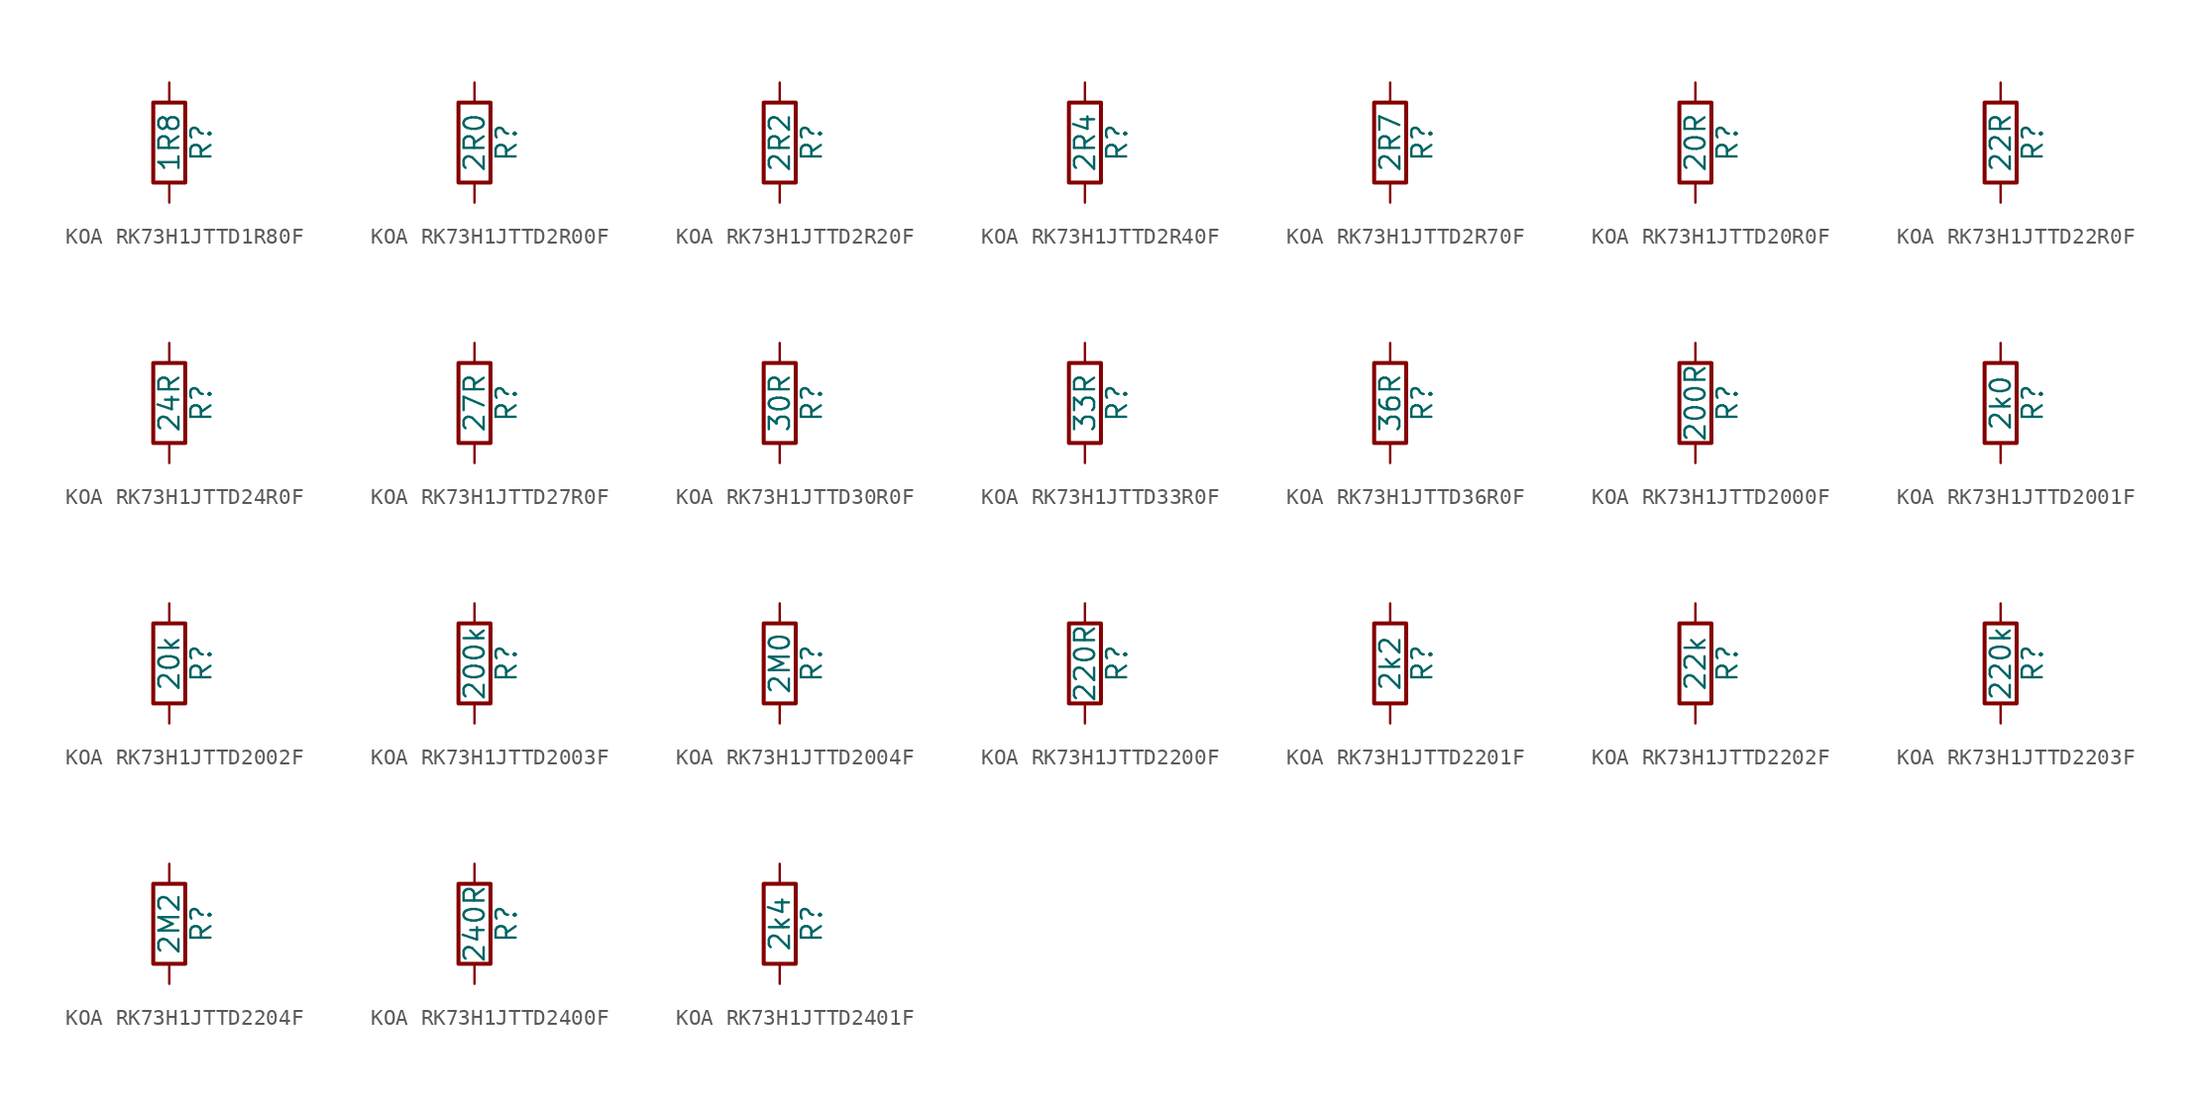
<source format=kicad_sym>
(kicad_symbol_lib
  (version 20220914)
  (generator kicad_symbol_editor)
  (symbol "KOA RK73H1JTTD1R80F"
    (pin_numbers hide)
    (pin_names
      (offset 0))
    (property "Reference" "R"
      (at 2.032 0 90)
      (effects (font (size 1.27 1.27))))
    (property "Value" "1R8"
      (at 0 0 90)
      (effects (font (size 1.27 1.27))))
    (symbol "KOA RK73H1JTTD1R80F_0_1"
      (rectangle (start -1.016 -2.54) (end 1.016 2.54) (stroke (width 0.254) (type default)) (fill (type none))))
    (symbol "KOA RK73H1JTTD1R80F_1_1"
      (pin passive line (at 0 3.81 270) (length 1.27) (name "~" (effects (font (size 1.27 1.27)))) (number "1" (effects (font (size 1.27 1.27)))))
      (pin passive line (at 0 -3.81 90) (length 1.27) (name "~" (effects (font (size 1.27 1.27)))) (number "2" (effects (font (size 1.27 1.27)))))))
  (symbol "KOA RK73H1JTTD2R00F"
    (pin_numbers hide)
    (pin_names
      (offset 0))
    (property "Reference" "R"
      (at 2.032 0 90)
      (effects (font (size 1.27 1.27))))
    (property "Value" "2R0"
      (at 0 0 90)
      (effects (font (size 1.27 1.27))))
    (symbol "KOA RK73H1JTTD2R00F_0_1"
      (rectangle (start -1.016 -2.54) (end 1.016 2.54) (stroke (width 0.254) (type default)) (fill (type none))))
    (symbol "KOA RK73H1JTTD2R00F_1_1"
      (pin passive line (at 0 3.81 270) (length 1.27) (name "~" (effects (font (size 1.27 1.27)))) (number "1" (effects (font (size 1.27 1.27)))))
      (pin passive line (at 0 -3.81 90) (length 1.27) (name "~" (effects (font (size 1.27 1.27)))) (number "2" (effects (font (size 1.27 1.27)))))))
  (symbol "KOA RK73H1JTTD2R20F"
    (pin_numbers hide)
    (pin_names
      (offset 0))
    (property "Reference" "R"
      (at 2.032 0 90)
      (effects (font (size 1.27 1.27))))
    (property "Value" "2R2"
      (at 0 0 90)
      (effects (font (size 1.27 1.27))))
    (symbol "KOA RK73H1JTTD2R20F_0_1"
      (rectangle (start -1.016 -2.54) (end 1.016 2.54) (stroke (width 0.254) (type default)) (fill (type none))))
    (symbol "KOA RK73H1JTTD2R20F_1_1"
      (pin passive line (at 0 3.81 270) (length 1.27) (name "~" (effects (font (size 1.27 1.27)))) (number "1" (effects (font (size 1.27 1.27)))))
      (pin passive line (at 0 -3.81 90) (length 1.27) (name "~" (effects (font (size 1.27 1.27)))) (number "2" (effects (font (size 1.27 1.27)))))))
  (symbol "KOA RK73H1JTTD2R40F"
    (pin_numbers hide)
    (pin_names
      (offset 0))
    (property "Reference" "R"
      (at 2.032 0 90)
      (effects (font (size 1.27 1.27))))
    (property "Value" "2R4"
      (at 0 0 90)
      (effects (font (size 1.27 1.27))))
    (symbol "KOA RK73H1JTTD2R40F_0_1"
      (rectangle (start -1.016 -2.54) (end 1.016 2.54) (stroke (width 0.254) (type default)) (fill (type none))))
    (symbol "KOA RK73H1JTTD2R40F_1_1"
      (pin passive line (at 0 3.81 270) (length 1.27) (name "~" (effects (font (size 1.27 1.27)))) (number "1" (effects (font (size 1.27 1.27)))))
      (pin passive line (at 0 -3.81 90) (length 1.27) (name "~" (effects (font (size 1.27 1.27)))) (number "2" (effects (font (size 1.27 1.27)))))))
  (symbol "KOA RK73H1JTTD2R70F"
    (pin_numbers hide)
    (pin_names
      (offset 0))
    (property "Reference" "R"
      (at 2.032 0 90)
      (effects (font (size 1.27 1.27))))
    (property "Value" "2R7"
      (at 0 0 90)
      (effects (font (size 1.27 1.27))))
    (symbol "KOA RK73H1JTTD2R70F_0_1"
      (rectangle (start -1.016 -2.54) (end 1.016 2.54) (stroke (width 0.254) (type default)) (fill (type none))))
    (symbol "KOA RK73H1JTTD2R70F_1_1"
      (pin passive line (at 0 3.81 270) (length 1.27) (name "~" (effects (font (size 1.27 1.27)))) (number "1" (effects (font (size 1.27 1.27)))))
      (pin passive line (at 0 -3.81 90) (length 1.27) (name "~" (effects (font (size 1.27 1.27)))) (number "2" (effects (font (size 1.27 1.27)))))))
  (symbol "KOA RK73H1JTTD20R0F"
    (pin_numbers hide)
    (pin_names
      (offset 0))
    (property "Reference" "R"
      (at 2.032 0 90)
      (effects (font (size 1.27 1.27))))
    (property "Value" "20R"
      (at 0 0 90)
      (effects (font (size 1.27 1.27))))
    (symbol "KOA RK73H1JTTD20R0F_0_1"
      (rectangle (start -1.016 -2.54) (end 1.016 2.54) (stroke (width 0.254) (type default)) (fill (type none))))
    (symbol "KOA RK73H1JTTD20R0F_1_1"
      (pin passive line (at 0 3.81 270) (length 1.27) (name "~" (effects (font (size 1.27 1.27)))) (number "1" (effects (font (size 1.27 1.27)))))
      (pin passive line (at 0 -3.81 90) (length 1.27) (name "~" (effects (font (size 1.27 1.27)))) (number "2" (effects (font (size 1.27 1.27)))))))
  (symbol "KOA RK73H1JTTD22R0F"
    (pin_numbers hide)
    (pin_names
      (offset 0))
    (property "Reference" "R"
      (at 2.032 0 90)
      (effects (font (size 1.27 1.27))))
    (property "Value" "22R"
      (at 0 0 90)
      (effects (font (size 1.27 1.27))))
    (symbol "KOA RK73H1JTTD22R0F_0_1"
      (rectangle (start -1.016 -2.54) (end 1.016 2.54) (stroke (width 0.254) (type default)) (fill (type none))))
    (symbol "KOA RK73H1JTTD22R0F_1_1"
      (pin passive line (at 0 3.81 270) (length 1.27) (name "~" (effects (font (size 1.27 1.27)))) (number "1" (effects (font (size 1.27 1.27)))))
      (pin passive line (at 0 -3.81 90) (length 1.27) (name "~" (effects (font (size 1.27 1.27)))) (number "2" (effects (font (size 1.27 1.27)))))))
  (symbol "KOA RK73H1JTTD24R0F"
    (pin_numbers hide)
    (pin_names
      (offset 0))
    (property "Reference" "R"
      (at 2.032 0 90)
      (effects (font (size 1.27 1.27))))
    (property "Value" "24R"
      (at 0 0 90)
      (effects (font (size 1.27 1.27))))
    (symbol "KOA RK73H1JTTD24R0F_0_1"
      (rectangle (start -1.016 -2.54) (end 1.016 2.54) (stroke (width 0.254) (type default)) (fill (type none))))
    (symbol "KOA RK73H1JTTD24R0F_1_1"
      (pin passive line (at 0 3.81 270) (length 1.27) (name "~" (effects (font (size 1.27 1.27)))) (number "1" (effects (font (size 1.27 1.27)))))
      (pin passive line (at 0 -3.81 90) (length 1.27) (name "~" (effects (font (size 1.27 1.27)))) (number "2" (effects (font (size 1.27 1.27)))))))
  (symbol "KOA RK73H1JTTD27R0F"
    (pin_numbers hide)
    (pin_names
      (offset 0))
    (property "Reference" "R"
      (at 2.032 0 90)
      (effects (font (size 1.27 1.27))))
    (property "Value" "27R"
      (at 0 0 90)
      (effects (font (size 1.27 1.27))))
    (symbol "KOA RK73H1JTTD27R0F_0_1"
      (rectangle (start -1.016 -2.54) (end 1.016 2.54) (stroke (width 0.254) (type default)) (fill (type none))))
    (symbol "KOA RK73H1JTTD27R0F_1_1"
      (pin passive line (at 0 3.81 270) (length 1.27) (name "~" (effects (font (size 1.27 1.27)))) (number "1" (effects (font (size 1.27 1.27)))))
      (pin passive line (at 0 -3.81 90) (length 1.27) (name "~" (effects (font (size 1.27 1.27)))) (number "2" (effects (font (size 1.27 1.27)))))))
  (symbol "KOA RK73H1JTTD30R0F"
    (pin_numbers hide)
    (pin_names
      (offset 0))
    (property "Reference" "R"
      (at 2.032 0 90)
      (effects (font (size 1.27 1.27))))
    (property "Value" "30R"
      (at 0 0 90)
      (effects (font (size 1.27 1.27))))
    (symbol "KOA RK73H1JTTD30R0F_0_1"
      (rectangle (start -1.016 -2.54) (end 1.016 2.54) (stroke (width 0.254) (type default)) (fill (type none))))
    (symbol "KOA RK73H1JTTD30R0F_1_1"
      (pin passive line (at 0 3.81 270) (length 1.27) (name "~" (effects (font (size 1.27 1.27)))) (number "1" (effects (font (size 1.27 1.27)))))
      (pin passive line (at 0 -3.81 90) (length 1.27) (name "~" (effects (font (size 1.27 1.27)))) (number "2" (effects (font (size 1.27 1.27)))))))
  (symbol "KOA RK73H1JTTD33R0F"
    (pin_numbers hide)
    (pin_names
      (offset 0))
    (property "Reference" "R"
      (at 2.032 0 90)
      (effects (font (size 1.27 1.27))))
    (property "Value" "33R"
      (at 0 0 90)
      (effects (font (size 1.27 1.27))))
    (symbol "KOA RK73H1JTTD33R0F_0_1"
      (rectangle (start -1.016 -2.54) (end 1.016 2.54) (stroke (width 0.254) (type default)) (fill (type none))))
    (symbol "KOA RK73H1JTTD33R0F_1_1"
      (pin passive line (at 0 3.81 270) (length 1.27) (name "~" (effects (font (size 1.27 1.27)))) (number "1" (effects (font (size 1.27 1.27)))))
      (pin passive line (at 0 -3.81 90) (length 1.27) (name "~" (effects (font (size 1.27 1.27)))) (number "2" (effects (font (size 1.27 1.27)))))))
  (symbol "KOA RK73H1JTTD36R0F"
    (pin_numbers hide)
    (pin_names
      (offset 0))
    (property "Reference" "R"
      (at 2.032 0 90)
      (effects (font (size 1.27 1.27))))
    (property "Value" "36R"
      (at 0 0 90)
      (effects (font (size 1.27 1.27))))
    (symbol "KOA RK73H1JTTD36R0F_0_1"
      (rectangle (start -1.016 -2.54) (end 1.016 2.54) (stroke (width 0.254) (type default)) (fill (type none))))
    (symbol "KOA RK73H1JTTD36R0F_1_1"
      (pin passive line (at 0 3.81 270) (length 1.27) (name "~" (effects (font (size 1.27 1.27)))) (number "1" (effects (font (size 1.27 1.27)))))
      (pin passive line (at 0 -3.81 90) (length 1.27) (name "~" (effects (font (size 1.27 1.27)))) (number "2" (effects (font (size 1.27 1.27)))))))
  (symbol "KOA RK73H1JTTD2000F"
    (pin_numbers hide)
    (pin_names
      (offset 0))
    (property "Reference" "R"
      (at 2.032 0 90)
      (effects (font (size 1.27 1.27))))
    (property "Value" "200R"
      (at 0 0 90)
      (effects (font (size 1.27 1.27))))
    (symbol "KOA RK73H1JTTD2000F_0_1"
      (rectangle (start -1.016 -2.54) (end 1.016 2.54) (stroke (width 0.254) (type default)) (fill (type none))))
    (symbol "KOA RK73H1JTTD2000F_1_1"
      (pin passive line (at 0 3.81 270) (length 1.27) (name "~" (effects (font (size 1.27 1.27)))) (number "1" (effects (font (size 1.27 1.27)))))
      (pin passive line (at 0 -3.81 90) (length 1.27) (name "~" (effects (font (size 1.27 1.27)))) (number "2" (effects (font (size 1.27 1.27)))))))
  (symbol "KOA RK73H1JTTD2001F"
    (pin_numbers hide)
    (pin_names
      (offset 0))
    (property "Reference" "R"
      (at 2.032 0 90)
      (effects (font (size 1.27 1.27))))
    (property "Value" "2k0"
      (at 0 0 90)
      (effects (font (size 1.27 1.27))))
    (symbol "KOA RK73H1JTTD2001F_0_1"
      (rectangle (start -1.016 -2.54) (end 1.016 2.54) (stroke (width 0.254) (type default)) (fill (type none))))
    (symbol "KOA RK73H1JTTD2001F_1_1"
      (pin passive line (at 0 3.81 270) (length 1.27) (name "~" (effects (font (size 1.27 1.27)))) (number "1" (effects (font (size 1.27 1.27)))))
      (pin passive line (at 0 -3.81 90) (length 1.27) (name "~" (effects (font (size 1.27 1.27)))) (number "2" (effects (font (size 1.27 1.27)))))))
  (symbol "KOA RK73H1JTTD2002F"
    (pin_numbers hide)
    (pin_names
      (offset 0))
    (property "Reference" "R"
      (at 2.032 0 90)
      (effects (font (size 1.27 1.27))))
    (property "Value" "20k"
      (at 0 0 90)
      (effects (font (size 1.27 1.27))))
    (symbol "KOA RK73H1JTTD2002F_0_1"
      (rectangle (start -1.016 -2.54) (end 1.016 2.54) (stroke (width 0.254) (type default)) (fill (type none))))
    (symbol "KOA RK73H1JTTD2002F_1_1"
      (pin passive line (at 0 3.81 270) (length 1.27) (name "~" (effects (font (size 1.27 1.27)))) (number "1" (effects (font (size 1.27 1.27)))))
      (pin passive line (at 0 -3.81 90) (length 1.27) (name "~" (effects (font (size 1.27 1.27)))) (number "2" (effects (font (size 1.27 1.27)))))))
  (symbol "KOA RK73H1JTTD2003F"
    (pin_numbers hide)
    (pin_names
      (offset 0))
    (property "Reference" "R"
      (at 2.032 0 90)
      (effects (font (size 1.27 1.27))))
    (property "Value" "200k"
      (at 0 0 90)
      (effects (font (size 1.27 1.27))))
    (symbol "KOA RK73H1JTTD2003F_0_1"
      (rectangle (start -1.016 -2.54) (end 1.016 2.54) (stroke (width 0.254) (type default)) (fill (type none))))
    (symbol "KOA RK73H1JTTD2003F_1_1"
      (pin passive line (at 0 3.81 270) (length 1.27) (name "~" (effects (font (size 1.27 1.27)))) (number "1" (effects (font (size 1.27 1.27)))))
      (pin passive line (at 0 -3.81 90) (length 1.27) (name "~" (effects (font (size 1.27 1.27)))) (number "2" (effects (font (size 1.27 1.27)))))))
  (symbol "KOA RK73H1JTTD2004F"
    (pin_numbers hide)
    (pin_names
      (offset 0))
    (property "Reference" "R"
      (at 2.032 0 90)
      (effects (font (size 1.27 1.27))))
    (property "Value" "2M0"
      (at 0 0 90)
      (effects (font (size 1.27 1.27))))
    (symbol "KOA RK73H1JTTD2004F_0_1"
      (rectangle (start -1.016 -2.54) (end 1.016 2.54) (stroke (width 0.254) (type default)) (fill (type none))))
    (symbol "KOA RK73H1JTTD2004F_1_1"
      (pin passive line (at 0 3.81 270) (length 1.27) (name "~" (effects (font (size 1.27 1.27)))) (number "1" (effects (font (size 1.27 1.27)))))
      (pin passive line (at 0 -3.81 90) (length 1.27) (name "~" (effects (font (size 1.27 1.27)))) (number "2" (effects (font (size 1.27 1.27)))))))
  (symbol "KOA RK73H1JTTD2200F"
    (pin_numbers hide)
    (pin_names
      (offset 0))
    (property "Reference" "R"
      (at 2.032 0 90)
      (effects (font (size 1.27 1.27))))
    (property "Value" "220R"
      (at 0 0 90)
      (effects (font (size 1.27 1.27))))
    (symbol "KOA RK73H1JTTD2200F_0_1"
      (rectangle (start -1.016 -2.54) (end 1.016 2.54) (stroke (width 0.254) (type default)) (fill (type none))))
    (symbol "KOA RK73H1JTTD2200F_1_1"
      (pin passive line (at 0 3.81 270) (length 1.27) (name "~" (effects (font (size 1.27 1.27)))) (number "1" (effects (font (size 1.27 1.27)))))
      (pin passive line (at 0 -3.81 90) (length 1.27) (name "~" (effects (font (size 1.27 1.27)))) (number "2" (effects (font (size 1.27 1.27)))))))
  (symbol "KOA RK73H1JTTD2201F"
    (pin_numbers hide)
    (pin_names
      (offset 0))
    (property "Reference" "R"
      (at 2.032 0 90)
      (effects (font (size 1.27 1.27))))
    (property "Value" "2k2"
      (at 0 0 90)
      (effects (font (size 1.27 1.27))))
    (symbol "KOA RK73H1JTTD2201F_0_1"
      (rectangle (start -1.016 -2.54) (end 1.016 2.54) (stroke (width 0.254) (type default)) (fill (type none))))
    (symbol "KOA RK73H1JTTD2201F_1_1"
      (pin passive line (at 0 3.81 270) (length 1.27) (name "~" (effects (font (size 1.27 1.27)))) (number "1" (effects (font (size 1.27 1.27)))))
      (pin passive line (at 0 -3.81 90) (length 1.27) (name "~" (effects (font (size 1.27 1.27)))) (number "2" (effects (font (size 1.27 1.27)))))))
  (symbol "KOA RK73H1JTTD2202F"
    (pin_numbers hide)
    (pin_names
      (offset 0))
    (property "Reference" "R"
      (at 2.032 0 90)
      (effects (font (size 1.27 1.27))))
    (property "Value" "22k"
      (at 0 0 90)
      (effects (font (size 1.27 1.27))))
    (symbol "KOA RK73H1JTTD2202F_0_1"
      (rectangle (start -1.016 -2.54) (end 1.016 2.54) (stroke (width 0.254) (type default)) (fill (type none))))
    (symbol "KOA RK73H1JTTD2202F_1_1"
      (pin passive line (at 0 3.81 270) (length 1.27) (name "~" (effects (font (size 1.27 1.27)))) (number "1" (effects (font (size 1.27 1.27)))))
      (pin passive line (at 0 -3.81 90) (length 1.27) (name "~" (effects (font (size 1.27 1.27)))) (number "2" (effects (font (size 1.27 1.27)))))))
  (symbol "KOA RK73H1JTTD2203F"
    (pin_numbers hide)
    (pin_names
      (offset 0))
    (property "Reference" "R"
      (at 2.032 0 90)
      (effects (font (size 1.27 1.27))))
    (property "Value" "220k"
      (at 0 0 90)
      (effects (font (size 1.27 1.27))))
    (symbol "KOA RK73H1JTTD2203F_0_1"
      (rectangle (start -1.016 -2.54) (end 1.016 2.54) (stroke (width 0.254) (type default)) (fill (type none))))
    (symbol "KOA RK73H1JTTD2203F_1_1"
      (pin passive line (at 0 3.81 270) (length 1.27) (name "~" (effects (font (size 1.27 1.27)))) (number "1" (effects (font (size 1.27 1.27)))))
      (pin passive line (at 0 -3.81 90) (length 1.27) (name "~" (effects (font (size 1.27 1.27)))) (number "2" (effects (font (size 1.27 1.27)))))))
  (symbol "KOA RK73H1JTTD2204F"
    (pin_numbers hide)
    (pin_names
      (offset 0))
    (property "Reference" "R"
      (at 2.032 0 90)
      (effects (font (size 1.27 1.27))))
    (property "Value" "2M2"
      (at 0 0 90)
      (effects (font (size 1.27 1.27))))
    (symbol "KOA RK73H1JTTD2204F_0_1"
      (rectangle (start -1.016 -2.54) (end 1.016 2.54) (stroke (width 0.254) (type default)) (fill (type none))))
    (symbol "KOA RK73H1JTTD2204F_1_1"
      (pin passive line (at 0 3.81 270) (length 1.27) (name "~" (effects (font (size 1.27 1.27)))) (number "1" (effects (font (size 1.27 1.27)))))
      (pin passive line (at 0 -3.81 90) (length 1.27) (name "~" (effects (font (size 1.27 1.27)))) (number "2" (effects (font (size 1.27 1.27)))))))
  (symbol "KOA RK73H1JTTD2400F"
    (pin_numbers hide)
    (pin_names
      (offset 0))
    (property "Reference" "R"
      (at 2.032 0 90)
      (effects (font (size 1.27 1.27))))
    (property "Value" "240R"
      (at 0 0 90)
      (effects (font (size 1.27 1.27))))
    (symbol "KOA RK73H1JTTD2400F_0_1"
      (rectangle (start -1.016 -2.54) (end 1.016 2.54) (stroke (width 0.254) (type default)) (fill (type none))))
    (symbol "KOA RK73H1JTTD2400F_1_1"
      (pin passive line (at 0 3.81 270) (length 1.27) (name "~" (effects (font (size 1.27 1.27)))) (number "1" (effects (font (size 1.27 1.27)))))
      (pin passive line (at 0 -3.81 90) (length 1.27) (name "~" (effects (font (size 1.27 1.27)))) (number "2" (effects (font (size 1.27 1.27)))))))
  (symbol "KOA RK73H1JTTD2401F"
    (pin_numbers hide)
    (pin_names
      (offset 0))
    (property "Reference" "R"
      (at 2.032 0 90)
      (effects (font (size 1.27 1.27))))
    (property "Value" "2k4"
      (at 0 0 90)
      (effects (font (size 1.27 1.27))))
    (symbol "KOA RK73H1JTTD2401F_0_1"
      (rectangle (start -1.016 -2.54) (end 1.016 2.54) (stroke (width 0.254) (type default)) (fill (type none))))
    (symbol "KOA RK73H1JTTD2401F_1_1"
      (pin passive line (at 0 3.81 270) (length 1.27) (name "~" (effects (font (size 1.27 1.27)))) (number "1" (effects (font (size 1.27 1.27)))))
      (pin passive line (at 0 -3.81 90) (length 1.27) (name "~" (effects (font (size 1.27 1.27)))) (number "2" (effects (font (size 1.27 1.27))))))))
</source>
